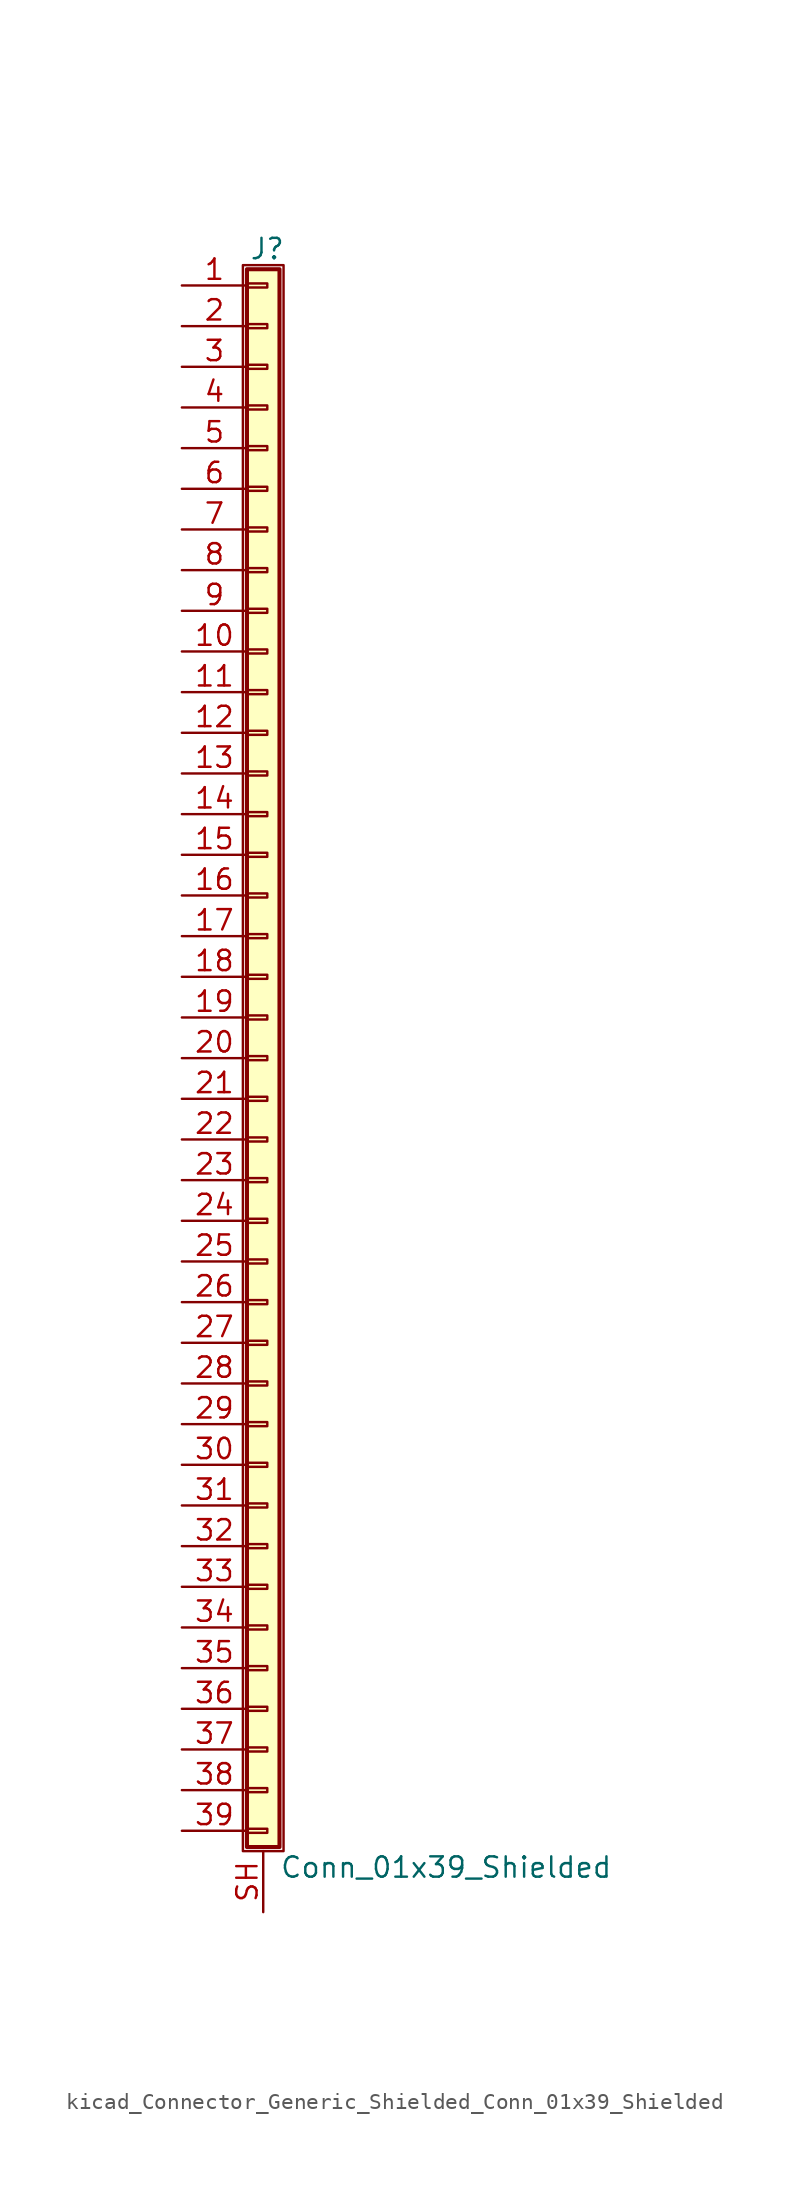
<source format=kicad_sym>
(kicad_symbol_lib
  (version 20220914)
  (generator kicad_symbol_editor)
  (symbol "kicad_Connector_Generic_Shielded_Conn_01x39_Shielded"
    (pin_names
      (offset 1.016) hide)
    (property "Reference" "J"
      (at 0.254 50.546 0)
      (effects (font (size 1.27 1.27))))
    (property "Value" "Conn_01x39_Shielded"
      (at 1.016 -50.546 0)
      (effects (font (size 1.27 1.27)) (justify left)))
    (symbol "kicad_Connector_Generic_Shielded_Conn_01x39_Shielded_1_1"
      (rectangle (start -1.27 49.53) (end 1.27 -49.53) (stroke (width 0.152) (type default)) (fill (type none)))
      (rectangle (start -1.016 -48.133) (end 0.254 -48.387) (stroke (width 0.152) (type default)) (fill (type none)))
      (rectangle (start -1.016 -45.593) (end 0.254 -45.847) (stroke (width 0.152) (type default)) (fill (type none)))
      (rectangle (start -1.016 -43.053) (end 0.254 -43.307) (stroke (width 0.152) (type default)) (fill (type none)))
      (rectangle (start -1.016 -40.513) (end 0.254 -40.767) (stroke (width 0.152) (type default)) (fill (type none)))
      (rectangle (start -1.016 -37.973) (end 0.254 -38.227) (stroke (width 0.152) (type default)) (fill (type none)))
      (rectangle (start -1.016 -35.433) (end 0.254 -35.687) (stroke (width 0.152) (type default)) (fill (type none)))
      (rectangle (start -1.016 -32.893) (end 0.254 -33.147) (stroke (width 0.152) (type default)) (fill (type none)))
      (rectangle (start -1.016 -30.353) (end 0.254 -30.607) (stroke (width 0.152) (type default)) (fill (type none)))
      (rectangle (start -1.016 -27.813) (end 0.254 -28.067) (stroke (width 0.152) (type default)) (fill (type none)))
      (rectangle (start -1.016 -25.273) (end 0.254 -25.527) (stroke (width 0.152) (type default)) (fill (type none)))
      (rectangle (start -1.016 -22.733) (end 0.254 -22.987) (stroke (width 0.152) (type default)) (fill (type none)))
      (rectangle (start -1.016 -20.193) (end 0.254 -20.447) (stroke (width 0.152) (type default)) (fill (type none)))
      (rectangle (start -1.016 -17.653) (end 0.254 -17.907) (stroke (width 0.152) (type default)) (fill (type none)))
      (rectangle (start -1.016 -15.113) (end 0.254 -15.367) (stroke (width 0.152) (type default)) (fill (type none)))
      (rectangle (start -1.016 -12.573) (end 0.254 -12.827) (stroke (width 0.152) (type default)) (fill (type none)))
      (rectangle (start -1.016 -10.033) (end 0.254 -10.287) (stroke (width 0.152) (type default)) (fill (type none)))
      (rectangle (start -1.016 -7.493) (end 0.254 -7.747) (stroke (width 0.152) (type default)) (fill (type none)))
      (rectangle (start -1.016 -4.953) (end 0.254 -5.207) (stroke (width 0.152) (type default)) (fill (type none)))
      (rectangle (start -1.016 -2.413) (end 0.254 -2.667) (stroke (width 0.152) (type default)) (fill (type none)))
      (rectangle (start -1.016 0.127) (end 0.254 -0.127) (stroke (width 0.152) (type default)) (fill (type none)))
      (rectangle (start -1.016 2.667) (end 0.254 2.413) (stroke (width 0.152) (type default)) (fill (type none)))
      (rectangle (start -1.016 5.207) (end 0.254 4.953) (stroke (width 0.152) (type default)) (fill (type none)))
      (rectangle (start -1.016 7.747) (end 0.254 7.493) (stroke (width 0.152) (type default)) (fill (type none)))
      (rectangle (start -1.016 10.287) (end 0.254 10.033) (stroke (width 0.152) (type default)) (fill (type none)))
      (rectangle (start -1.016 12.827) (end 0.254 12.573) (stroke (width 0.152) (type default)) (fill (type none)))
      (rectangle (start -1.016 15.367) (end 0.254 15.113) (stroke (width 0.152) (type default)) (fill (type none)))
      (rectangle (start -1.016 17.907) (end 0.254 17.653) (stroke (width 0.152) (type default)) (fill (type none)))
      (rectangle (start -1.016 20.447) (end 0.254 20.193) (stroke (width 0.152) (type default)) (fill (type none)))
      (rectangle (start -1.016 22.987) (end 0.254 22.733) (stroke (width 0.152) (type default)) (fill (type none)))
      (rectangle (start -1.016 25.527) (end 0.254 25.273) (stroke (width 0.152) (type default)) (fill (type none)))
      (rectangle (start -1.016 28.067) (end 0.254 27.813) (stroke (width 0.152) (type default)) (fill (type none)))
      (rectangle (start -1.016 30.607) (end 0.254 30.353) (stroke (width 0.152) (type default)) (fill (type none)))
      (rectangle (start -1.016 33.147) (end 0.254 32.893) (stroke (width 0.152) (type default)) (fill (type none)))
      (rectangle (start -1.016 35.687) (end 0.254 35.433) (stroke (width 0.152) (type default)) (fill (type none)))
      (rectangle (start -1.016 38.227) (end 0.254 37.973) (stroke (width 0.152) (type default)) (fill (type none)))
      (rectangle (start -1.016 40.767) (end 0.254 40.513) (stroke (width 0.152) (type default)) (fill (type none)))
      (rectangle (start -1.016 43.307) (end 0.254 43.053) (stroke (width 0.152) (type default)) (fill (type none)))
      (rectangle (start -1.016 45.847) (end 0.254 45.593) (stroke (width 0.152) (type default)) (fill (type none)))
      (rectangle (start -1.016 48.387) (end 0.254 48.133) (stroke (width 0.152) (type default)) (fill (type none)))
      (rectangle (start -1.016 49.276) (end 1.016 -49.276) (stroke (width 0.254) (type default)) (fill (type background)))
      (pin passive line (at -5.08 48.26 0) (length 4.064) (name "Pin_1" (effects (font (size 1.27 1.27)))) (number "1" (effects (font (size 1.27 1.27)))))
      (pin passive line (at -5.08 25.4 0) (length 4.064) (name "Pin_10" (effects (font (size 1.27 1.27)))) (number "10" (effects (font (size 1.27 1.27)))))
      (pin passive line (at -5.08 22.86 0) (length 4.064) (name "Pin_11" (effects (font (size 1.27 1.27)))) (number "11" (effects (font (size 1.27 1.27)))))
      (pin passive line (at -5.08 20.32 0) (length 4.064) (name "Pin_12" (effects (font (size 1.27 1.27)))) (number "12" (effects (font (size 1.27 1.27)))))
      (pin passive line (at -5.08 17.78 0) (length 4.064) (name "Pin_13" (effects (font (size 1.27 1.27)))) (number "13" (effects (font (size 1.27 1.27)))))
      (pin passive line (at -5.08 15.24 0) (length 4.064) (name "Pin_14" (effects (font (size 1.27 1.27)))) (number "14" (effects (font (size 1.27 1.27)))))
      (pin passive line (at -5.08 12.7 0) (length 4.064) (name "Pin_15" (effects (font (size 1.27 1.27)))) (number "15" (effects (font (size 1.27 1.27)))))
      (pin passive line (at -5.08 10.16 0) (length 4.064) (name "Pin_16" (effects (font (size 1.27 1.27)))) (number "16" (effects (font (size 1.27 1.27)))))
      (pin passive line (at -5.08 7.62 0) (length 4.064) (name "Pin_17" (effects (font (size 1.27 1.27)))) (number "17" (effects (font (size 1.27 1.27)))))
      (pin passive line (at -5.08 5.08 0) (length 4.064) (name "Pin_18" (effects (font (size 1.27 1.27)))) (number "18" (effects (font (size 1.27 1.27)))))
      (pin passive line (at -5.08 2.54 0) (length 4.064) (name "Pin_19" (effects (font (size 1.27 1.27)))) (number "19" (effects (font (size 1.27 1.27)))))
      (pin passive line (at -5.08 45.72 0) (length 4.064) (name "Pin_2" (effects (font (size 1.27 1.27)))) (number "2" (effects (font (size 1.27 1.27)))))
      (pin passive line (at -5.08 0 0) (length 4.064) (name "Pin_20" (effects (font (size 1.27 1.27)))) (number "20" (effects (font (size 1.27 1.27)))))
      (pin passive line (at -5.08 -2.54 0) (length 4.064) (name "Pin_21" (effects (font (size 1.27 1.27)))) (number "21" (effects (font (size 1.27 1.27)))))
      (pin passive line (at -5.08 -5.08 0) (length 4.064) (name "Pin_22" (effects (font (size 1.27 1.27)))) (number "22" (effects (font (size 1.27 1.27)))))
      (pin passive line (at -5.08 -7.62 0) (length 4.064) (name "Pin_23" (effects (font (size 1.27 1.27)))) (number "23" (effects (font (size 1.27 1.27)))))
      (pin passive line (at -5.08 -10.16 0) (length 4.064) (name "Pin_24" (effects (font (size 1.27 1.27)))) (number "24" (effects (font (size 1.27 1.27)))))
      (pin passive line (at -5.08 -12.7 0) (length 4.064) (name "Pin_25" (effects (font (size 1.27 1.27)))) (number "25" (effects (font (size 1.27 1.27)))))
      (pin passive line (at -5.08 -15.24 0) (length 4.064) (name "Pin_26" (effects (font (size 1.27 1.27)))) (number "26" (effects (font (size 1.27 1.27)))))
      (pin passive line (at -5.08 -17.78 0) (length 4.064) (name "Pin_27" (effects (font (size 1.27 1.27)))) (number "27" (effects (font (size 1.27 1.27)))))
      (pin passive line (at -5.08 -20.32 0) (length 4.064) (name "Pin_28" (effects (font (size 1.27 1.27)))) (number "28" (effects (font (size 1.27 1.27)))))
      (pin passive line (at -5.08 -22.86 0) (length 4.064) (name "Pin_29" (effects (font (size 1.27 1.27)))) (number "29" (effects (font (size 1.27 1.27)))))
      (pin passive line (at -5.08 43.18 0) (length 4.064) (name "Pin_3" (effects (font (size 1.27 1.27)))) (number "3" (effects (font (size 1.27 1.27)))))
      (pin passive line (at -5.08 -25.4 0) (length 4.064) (name "Pin_30" (effects (font (size 1.27 1.27)))) (number "30" (effects (font (size 1.27 1.27)))))
      (pin passive line (at -5.08 -27.94 0) (length 4.064) (name "Pin_31" (effects (font (size 1.27 1.27)))) (number "31" (effects (font (size 1.27 1.27)))))
      (pin passive line (at -5.08 -30.48 0) (length 4.064) (name "Pin_32" (effects (font (size 1.27 1.27)))) (number "32" (effects (font (size 1.27 1.27)))))
      (pin passive line (at -5.08 -33.02 0) (length 4.064) (name "Pin_33" (effects (font (size 1.27 1.27)))) (number "33" (effects (font (size 1.27 1.27)))))
      (pin passive line (at -5.08 -35.56 0) (length 4.064) (name "Pin_34" (effects (font (size 1.27 1.27)))) (number "34" (effects (font (size 1.27 1.27)))))
      (pin passive line (at -5.08 -38.1 0) (length 4.064) (name "Pin_35" (effects (font (size 1.27 1.27)))) (number "35" (effects (font (size 1.27 1.27)))))
      (pin passive line (at -5.08 -40.64 0) (length 4.064) (name "Pin_36" (effects (font (size 1.27 1.27)))) (number "36" (effects (font (size 1.27 1.27)))))
      (pin passive line (at -5.08 -43.18 0) (length 4.064) (name "Pin_37" (effects (font (size 1.27 1.27)))) (number "37" (effects (font (size 1.27 1.27)))))
      (pin passive line (at -5.08 -45.72 0) (length 4.064) (name "Pin_38" (effects (font (size 1.27 1.27)))) (number "38" (effects (font (size 1.27 1.27)))))
      (pin passive line (at -5.08 -48.26 0) (length 4.064) (name "Pin_39" (effects (font (size 1.27 1.27)))) (number "39" (effects (font (size 1.27 1.27)))))
      (pin passive line (at -5.08 40.64 0) (length 4.064) (name "Pin_4" (effects (font (size 1.27 1.27)))) (number "4" (effects (font (size 1.27 1.27)))))
      (pin passive line (at -5.08 38.1 0) (length 4.064) (name "Pin_5" (effects (font (size 1.27 1.27)))) (number "5" (effects (font (size 1.27 1.27)))))
      (pin passive line (at -5.08 35.56 0) (length 4.064) (name "Pin_6" (effects (font (size 1.27 1.27)))) (number "6" (effects (font (size 1.27 1.27)))))
      (pin passive line (at -5.08 33.02 0) (length 4.064) (name "Pin_7" (effects (font (size 1.27 1.27)))) (number "7" (effects (font (size 1.27 1.27)))))
      (pin passive line (at -5.08 30.48 0) (length 4.064) (name "Pin_8" (effects (font (size 1.27 1.27)))) (number "8" (effects (font (size 1.27 1.27)))))
      (pin passive line (at -5.08 27.94 0) (length 4.064) (name "Pin_9" (effects (font (size 1.27 1.27)))) (number "9" (effects (font (size 1.27 1.27)))))
      (pin passive line (at 0 -53.34 90) (length 3.81) (name "Shield" (effects (font (size 1.27 1.27)))) (number "SH" (effects (font (size 1.27 1.27))))))))
</source>
